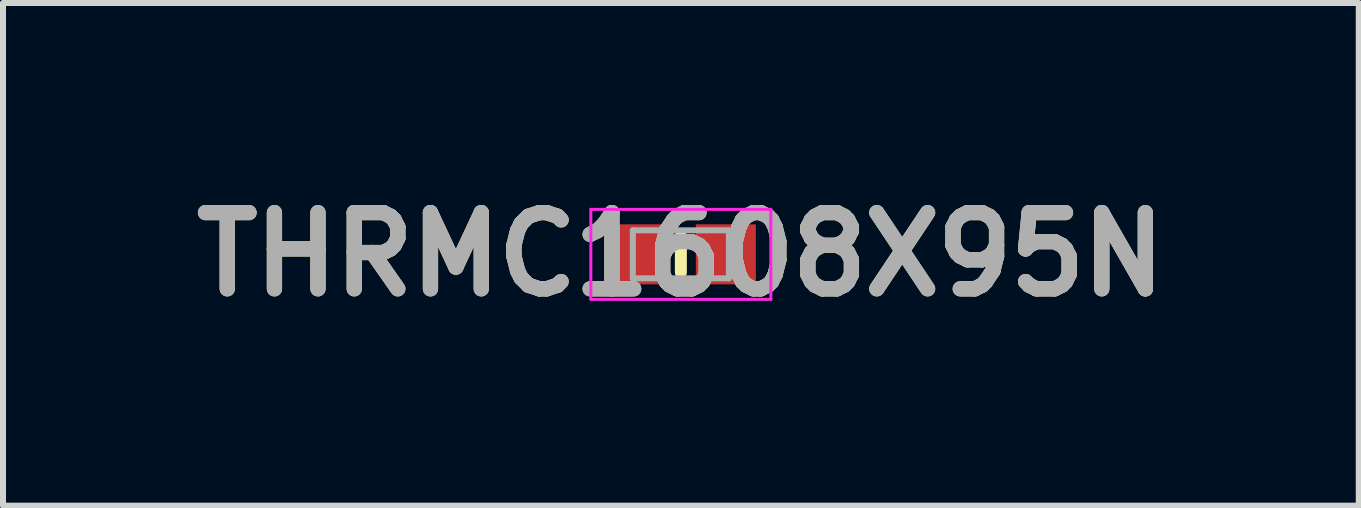
<source format=kicad_pcb>
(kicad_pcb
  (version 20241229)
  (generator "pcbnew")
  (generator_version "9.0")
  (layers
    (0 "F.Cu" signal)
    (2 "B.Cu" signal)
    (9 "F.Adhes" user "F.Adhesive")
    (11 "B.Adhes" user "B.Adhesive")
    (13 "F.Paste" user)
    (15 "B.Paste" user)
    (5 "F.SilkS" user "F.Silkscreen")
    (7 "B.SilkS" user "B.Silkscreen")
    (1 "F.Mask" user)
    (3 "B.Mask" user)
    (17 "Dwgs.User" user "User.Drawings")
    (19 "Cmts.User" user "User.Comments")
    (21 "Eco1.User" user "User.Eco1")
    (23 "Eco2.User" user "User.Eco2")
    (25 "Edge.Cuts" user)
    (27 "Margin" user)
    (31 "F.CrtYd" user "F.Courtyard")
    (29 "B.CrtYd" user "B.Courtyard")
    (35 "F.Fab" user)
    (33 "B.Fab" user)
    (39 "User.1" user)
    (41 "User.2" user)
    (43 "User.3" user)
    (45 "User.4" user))
  (footprint "THRMC1608X95N"
    (layer "F.Cu")
    (at 8.297 1.189)
    (property "Reference" "THRMC1608X95N" (at 0 0 0) (layer "F.SilkS") (effects (font (size 1.27 1.27) (thickness 0.254))))
    (attr smd)
    (fp_line (start 0 -0.3) (end 0 0.3) (stroke (width 0.2) (type solid)) (layer "F.SilkS"))
    (fp_line (start -1.5 -0.75) (end 1.5 -0.75) (stroke (width 0.05) (type solid)) (layer "F.CrtYd"))
    (fp_line (start -1.5 0.75) (end -1.5 -0.75) (stroke (width 0.05) (type solid)) (layer "F.CrtYd"))
    (fp_line (start 1.5 -0.75) (end 1.5 0.75) (stroke (width 0.05) (type solid)) (layer "F.CrtYd"))
    (fp_line (start 1.5 0.75) (end -1.5 0.75) (stroke (width 0.05) (type solid)) (layer "F.CrtYd"))
    (fp_line (start -0.8 -0.4) (end 0.8 -0.4) (stroke (width 0.1) (type solid)) (layer "F.Fab"))
    (fp_line (start -0.8 0.4) (end -0.8 -0.4) (stroke (width 0.1) (type solid)) (layer "F.Fab"))
    (fp_line (start 0.8 -0.4) (end 0.8 0.4) (stroke (width 0.1) (type solid)) (layer "F.Fab"))
    (fp_line (start 0.8 0.4) (end -0.8 0.4) (stroke (width 0.1) (type solid)) (layer "F.Fab"))
    (fp_text user "${REFERENCE}" (at 0 0 0) (layer "F.Fab") (effects (font (size 1.27 1.27) (thickness 0.254))))
    (pad "1" smd rect (at -0.75 0 90) (size 1 1) (layers "F.Cu" "F.Mask" "F.Paste"))
    (pad "2" smd rect (at 0.75 0 90) (size 1 1) (layers "F.Cu" "F.Mask" "F.Paste")))
  (gr_rect
    (start -3 -3)
    (end 19.595 5.377)
    (stroke (width 0.1) (type default))
    (fill no)
    (layer "Edge.Cuts")))
</source>
